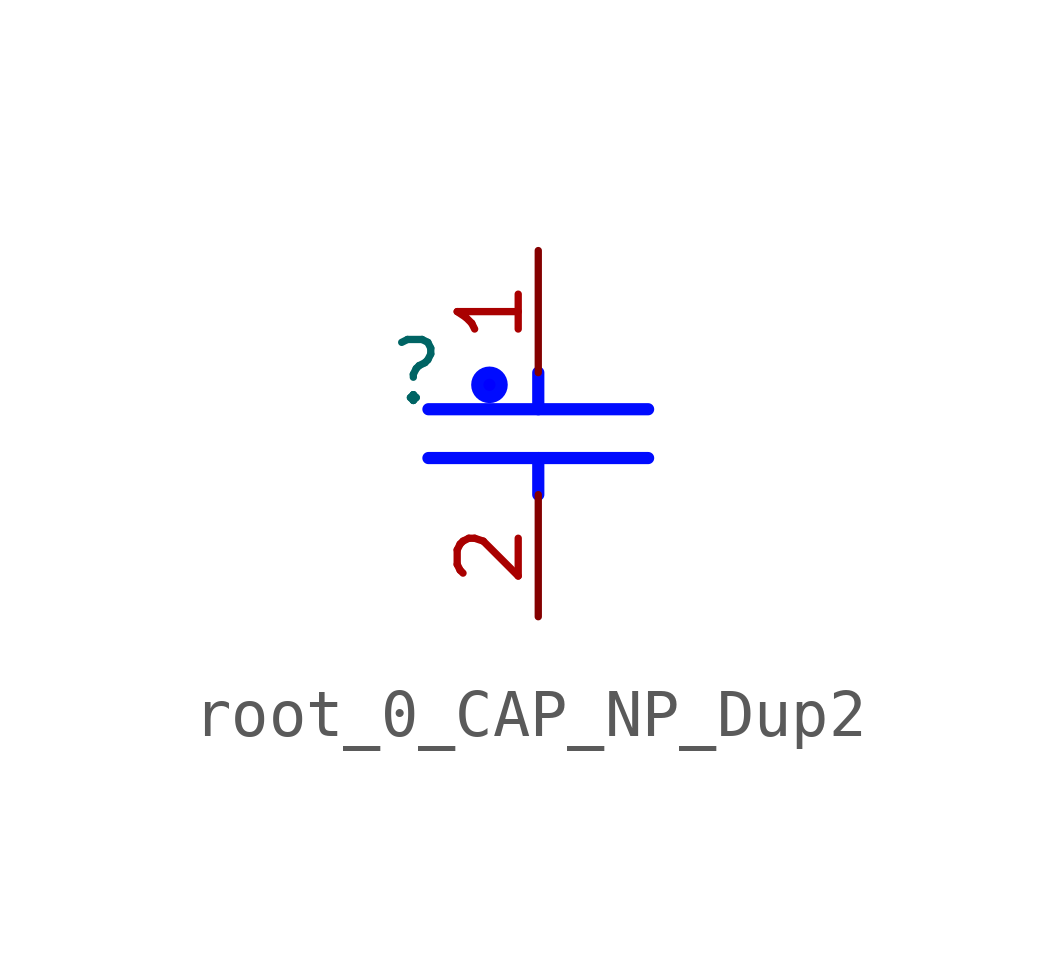
<source format=kicad_sym>
(kicad_symbol_lib
  (version 20231120)
  (generator "kicad_symbol_editor")
  (generator_version "8.0")
  (symbol "root_0_CAP_NP_Dup2"
    (property "Reference" ""
      (at 0 0 0)
      (effects (font (size 1.27 1.27))))
    (property "Value" ""
      (at 0 0 0)
      (effects (font (size 1.27 1.27))))
    (symbol "root_0_CAP_NP_Dup2_1_0"
      (polyline (pts (xy 0.254 -1.778) (xy 4.826 -1.778)) (stroke (width 0.254) (type solid) (color 0 11 255 1)) (fill (type none)))
      (polyline (pts (xy 0.254 -0.762) (xy 4.826 -0.762)) (stroke (width 0.254) (type solid) (color 0 11 255 1)) (fill (type none)))
      (polyline (pts (xy 2.54 -2.54) (xy 2.54 -1.778)) (stroke (width 0.254) (type solid) (color 0 11 255 1)) (fill (type none)))
      (polyline (pts (xy 2.54 0) (xy 2.54 -0.762)) (stroke (width 0.254) (type solid) (color 0 11 255 1)) (fill (type none)))
      (circle (center 1.524 -0.254) (radius 0.254) (stroke (width 0.254) (type solid) (color 0 11 255 1)) (fill (type color) (color 0 0 255 1)))
      (pin passive line (at 2.54 2.54 270) (length 2.54) (name "1" (effects (font (size 0 0)))) (number "1" (effects (font (size 1.27 1.27)))))
      (pin passive line (at 2.54 -5.08 90) (length 2.54) (name "2" (effects (font (size 0 0)))) (number "2" (effects (font (size 1.27 1.27))))))))
</source>
